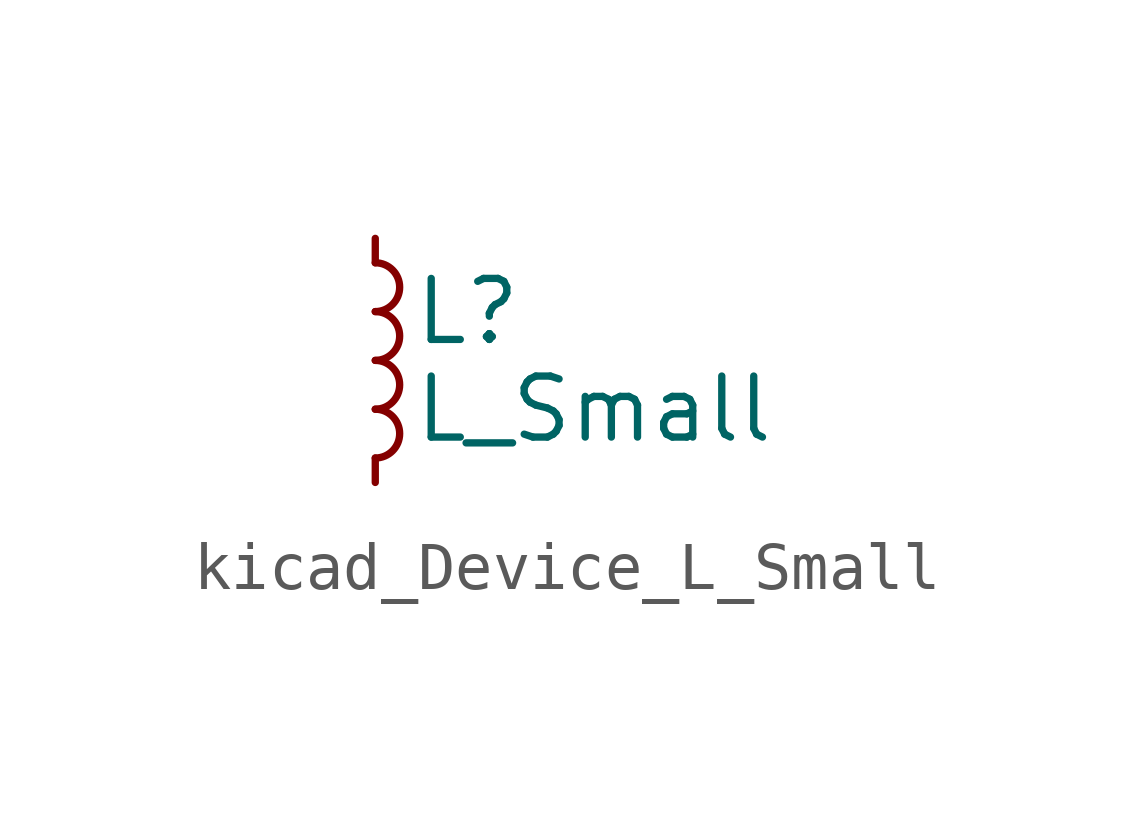
<source format=kicad_sym>
(kicad_symbol_lib
  (version 20220914)
  (generator kicad_symbol_editor)
  (symbol "kicad_Device_L_Small"
    (pin_numbers hide)
    (pin_names
      (offset 0.254) hide)
    (property "Reference" "L"
      (at 0.762 1.016 0)
      (effects (font (size 1.27 1.27)) (justify left)))
    (property "Value" "L_Small"
      (at 0.762 -1.016 0)
      (effects (font (size 1.27 1.27)) (justify left)))
    (symbol "kicad_Device_L_Small_0_1"
      (arc (start 0 -2.032) (mid 0.5058 -1.524) (end 0 -1.016) (stroke (width 0) (type default)) (fill (type none)))
      (arc (start 0 -1.016) (mid 0.5058 -0.508) (end 0 0) (stroke (width 0) (type default)) (fill (type none)))
      (arc (start 0 0) (mid 0.5058 0.508) (end 0 1.016) (stroke (width 0) (type default)) (fill (type none)))
      (arc (start 0 1.016) (mid 0.5058 1.524) (end 0 2.032) (stroke (width 0) (type default)) (fill (type none))))
    (symbol "kicad_Device_L_Small_1_1"
      (pin passive line (at 0 2.54 270) (length 0.508) (name "~" (effects (font (size 1.27 1.27)))) (number "1" (effects (font (size 1.27 1.27)))))
      (pin passive line (at 0 -2.54 90) (length 0.508) (name "~" (effects (font (size 1.27 1.27)))) (number "2" (effects (font (size 1.27 1.27))))))))
</source>
